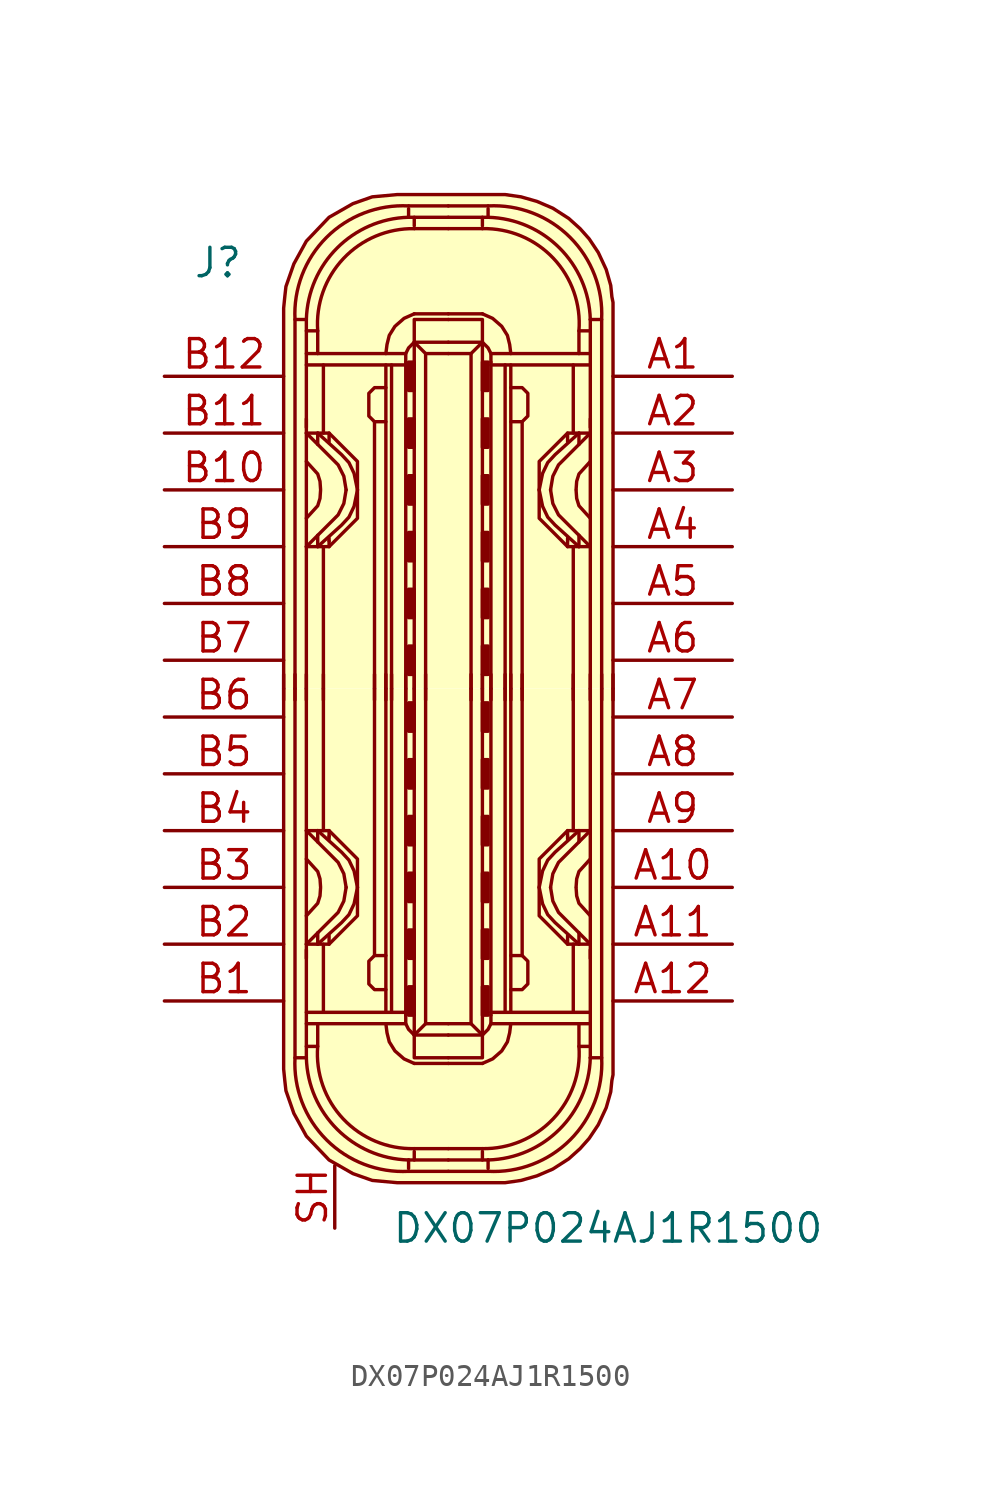
<source format=kicad_sym>
(kicad_symbol_lib
  (version 20220914)
  (generator kicad_symbol_editor)
  (symbol "DX07P024AJ1R1500"
    (pin_names
      (offset 1.016))
    (property "Reference" "J"
      (at -11.43 19.05 0)
      (effects (font (size 1.27 1.27)) (justify left)))
    (property "Value" "DX07P024AJ1R1500"
      (at -2.54 -24.13 0)
      (effects (font (size 1.27 1.27)) (justify left)))
    (symbol "DX07P024AJ1R1500_1_1"
      (arc (start -6.858 -16.51) (mid -5.4492 -20.1812) (end -1.778 -21.59) (stroke (width 0) (type solid)) (fill (type none)))
      (arc (start -6.35 -16.51) (mid -4.9749 -19.7069) (end -1.778 -21.082) (stroke (width 0) (type solid)) (fill (type none)))
      (arc (start -5.842 -16.002) (mid -4.6972 -19.2495) (end -1.524 -20.574) (stroke (width 0) (type solid)) (fill (type none)))
      (rectangle (start -1.778 -14.605) (end -1.524 -13.335) (stroke (width 0) (type solid)) (fill (type outline)))
      (rectangle (start -1.778 -12.065) (end -1.524 -10.795) (stroke (width 0) (type solid)) (fill (type outline)))
      (rectangle (start -1.778 -9.525) (end -1.524 -8.255) (stroke (width 0) (type solid)) (fill (type outline)))
      (rectangle (start -1.778 -6.985) (end -1.524 -5.715) (stroke (width 0) (type solid)) (fill (type outline)))
      (rectangle (start -1.778 -4.445) (end -1.524 -3.175) (stroke (width 0) (type solid)) (fill (type outline)))
      (rectangle (start -1.778 -1.905) (end -1.524 -0.635) (stroke (width 0) (type solid)) (fill (type outline)))
      (rectangle (start -1.778 1.905) (end -1.524 0.635) (stroke (width 0) (type solid)) (fill (type outline)))
      (rectangle (start -1.778 4.445) (end -1.524 3.175) (stroke (width 0) (type solid)) (fill (type outline)))
      (rectangle (start -1.778 6.985) (end -1.524 5.715) (stroke (width 0) (type solid)) (fill (type outline)))
      (rectangle (start -1.778 9.525) (end -1.524 8.255) (stroke (width 0) (type solid)) (fill (type outline)))
      (rectangle (start -1.778 12.065) (end -1.524 10.795) (stroke (width 0) (type solid)) (fill (type outline)))
      (rectangle (start -1.778 14.605) (end -1.524 13.335) (stroke (width 0) (type solid)) (fill (type outline)))
      (arc (start -1.778 21.082) (mid -4.9749 19.7069) (end -6.35 16.51) (stroke (width 0) (type solid)) (fill (type none)))
      (arc (start -1.778 21.59) (mid -5.4492 20.1812) (end -6.858 16.51) (stroke (width 0) (type solid)) (fill (type none)))
      (arc (start -1.524 20.574) (mid -4.6883 19.2412) (end -5.842 16.002) (stroke (width 0) (type solid)) (fill (type none)))
      (polyline (pts (xy -7.366 -0.508) (xy -7.366 0.635)) (stroke (width 0) (type solid)) (fill (type none)))
      (polyline (pts (xy -6.858 -0.508) (xy -6.858 0.635)) (stroke (width 0) (type solid)) (fill (type none)))
      (polyline (pts (xy -6.35 -14.986) (xy -1.905 -14.986)) (stroke (width 0) (type solid)) (fill (type none)))
      (polyline (pts (xy -6.35 -12.065) (xy -6.35 0)) (stroke (width 0) (type solid)) (fill (type none)))
      (polyline (pts (xy -6.35 -0.508) (xy -6.35 0.635)) (stroke (width 0) (type solid)) (fill (type none)))
      (polyline (pts (xy -6.35 12.065) (xy -6.35 0)) (stroke (width 0) (type solid)) (fill (type none)))
      (polyline (pts (xy -6.35 14.986) (xy -1.905 14.986)) (stroke (width 0) (type solid)) (fill (type none)))
      (polyline (pts (xy -5.842 -11.43) (xy -5.842 -10.922)) (stroke (width 0) (type solid)) (fill (type none)))
      (polyline (pts (xy -5.842 -6.35) (xy -5.842 -6.858)) (stroke (width 0) (type solid)) (fill (type none)))
      (polyline (pts (xy -5.842 6.35) (xy -5.842 6.858)) (stroke (width 0) (type solid)) (fill (type none)))
      (polyline (pts (xy -5.842 11.43) (xy -5.842 10.922)) (stroke (width 0) (type solid)) (fill (type none)))
      (polyline (pts (xy -5.588 -14.478) (xy -5.588 -11.43)) (stroke (width 0) (type solid)) (fill (type none)))
      (polyline (pts (xy -5.588 -6.35) (xy -5.588 0)) (stroke (width 0) (type solid)) (fill (type none)))
      (polyline (pts (xy -5.588 -0.508) (xy -5.588 0.635)) (stroke (width 0) (type solid)) (fill (type none)))
      (polyline (pts (xy -5.588 6.35) (xy -5.588 0)) (stroke (width 0) (type solid)) (fill (type none)))
      (polyline (pts (xy -5.588 14.478) (xy -5.588 11.43)) (stroke (width 0) (type solid)) (fill (type none)))
      (polyline (pts (xy -5.334 -11.43) (xy -5.334 -11.049)) (stroke (width 0) (type solid)) (fill (type none)))
      (polyline (pts (xy -5.334 -6.604) (xy -5.334 -6.731)) (stroke (width 0) (type solid)) (fill (type none)))
      (polyline (pts (xy -5.334 -6.35) (xy -5.334 -6.604)) (stroke (width 0) (type solid)) (fill (type none)))
      (polyline (pts (xy -5.334 6.35) (xy -5.334 6.604)) (stroke (width 0) (type solid)) (fill (type none)))
      (polyline (pts (xy -5.334 6.604) (xy -5.334 6.731)) (stroke (width 0) (type solid)) (fill (type none)))
      (polyline (pts (xy -5.334 11.43) (xy -5.334 11.049)) (stroke (width 0) (type solid)) (fill (type none)))
      (polyline (pts (xy -3.302 -0.508) (xy -3.302 0.635)) (stroke (width 0) (type solid)) (fill (type none)))
      (polyline (pts (xy -3.302 0) (xy -3.302 -11.938)) (stroke (width 0) (type solid)) (fill (type none)))
      (polyline (pts (xy -3.302 0) (xy -3.302 11.938)) (stroke (width 0) (type solid)) (fill (type none)))
      (polyline (pts (xy -2.794 -0.508) (xy -2.794 0.635)) (stroke (width 0) (type solid)) (fill (type none)))
      (polyline (pts (xy -2.794 0) (xy -2.794 -14.478)) (stroke (width 0) (type solid)) (fill (type none)))
      (polyline (pts (xy -2.794 0) (xy -2.794 14.478)) (stroke (width 0) (type solid)) (fill (type none)))
      (polyline (pts (xy -2.54 -14.478) (xy -2.54 0)) (stroke (width 0) (type solid)) (fill (type none)))
      (polyline (pts (xy -2.54 -0.508) (xy -2.54 0.635)) (stroke (width 0) (type solid)) (fill (type none)))
      (polyline (pts (xy -2.54 14.478) (xy -2.54 0)) (stroke (width 0) (type solid)) (fill (type none)))
      (polyline (pts (xy -1.905 -14.478) (xy -6.35 -14.478)) (stroke (width 0) (type solid)) (fill (type none)))
      (polyline (pts (xy -1.905 -0.508) (xy -1.905 0.635)) (stroke (width 0) (type solid)) (fill (type none)))
      (polyline (pts (xy -1.905 0) (xy -1.905 -14.605)) (stroke (width 0) (type solid)) (fill (type none)))
      (polyline (pts (xy -1.905 0) (xy -1.905 14.605)) (stroke (width 0) (type solid)) (fill (type none)))
      (polyline (pts (xy -1.905 14.478) (xy -6.35 14.478)) (stroke (width 0) (type solid)) (fill (type none)))
      (polyline (pts (xy -1.778 -21.59) (xy 0 -21.59)) (stroke (width 0) (type solid)) (fill (type background)))
      (polyline (pts (xy -1.778 -21.082) (xy -1.778 -21.463)) (stroke (width 0) (type solid)) (fill (type none)))
      (polyline (pts (xy -1.778 -21.082) (xy 0 -21.082)) (stroke (width 0) (type solid)) (fill (type none)))
      (polyline (pts (xy -1.778 21.082) (xy -1.778 21.463)) (stroke (width 0) (type solid)) (fill (type none)))
      (polyline (pts (xy -1.778 21.082) (xy 0 21.082)) (stroke (width 0) (type solid)) (fill (type none)))
      (polyline (pts (xy -1.778 21.59) (xy 0 21.59)) (stroke (width 0) (type solid)) (fill (type background)))
      (polyline (pts (xy -1.524 -20.701) (xy -1.524 -21.082)) (stroke (width 0) (type solid)) (fill (type none)))
      (polyline (pts (xy -1.524 -20.574) (xy 0 -20.574)) (stroke (width 0) (type solid)) (fill (type none)))
      (polyline (pts (xy -1.524 -0.508) (xy -1.524 0.635)) (stroke (width 0) (type solid)) (fill (type none)))
      (polyline (pts (xy -1.524 20.574) (xy 0 20.574)) (stroke (width 0) (type solid)) (fill (type none)))
      (polyline (pts (xy -1.524 20.701) (xy -1.524 21.082)) (stroke (width 0) (type solid)) (fill (type none)))
      (polyline (pts (xy -1.016 -14.986) (xy -1.524 -15.494)) (stroke (width 0) (type solid)) (fill (type none)))
      (polyline (pts (xy -1.016 -0.508) (xy -1.016 0.635)) (stroke (width 0) (type solid)) (fill (type none)))
      (polyline (pts (xy -1.016 14.986) (xy -1.524 15.494)) (stroke (width 0) (type solid)) (fill (type none)))
      (polyline (pts (xy 0 -16.764) (xy -1.524 -16.764)) (stroke (width 0) (type solid)) (fill (type none)))
      (polyline (pts (xy 0 -16.764) (xy 1.524 -16.764)) (stroke (width 0) (type solid)) (fill (type none)))
      (polyline (pts (xy 0 16.764) (xy -1.524 16.764)) (stroke (width 0) (type solid)) (fill (type none)))
      (polyline (pts (xy 0 16.764) (xy 1.524 16.764)) (stroke (width 0) (type solid)) (fill (type none)))
      (polyline (pts (xy 1.016 -14.986) (xy 1.524 -15.494)) (stroke (width 0) (type solid)) (fill (type none)))
      (polyline (pts (xy 1.016 -0.508) (xy 1.016 0.635)) (stroke (width 0) (type solid)) (fill (type none)))
      (polyline (pts (xy 1.016 14.986) (xy 1.524 15.494)) (stroke (width 0) (type solid)) (fill (type none)))
      (polyline (pts (xy 1.524 -20.701) (xy 1.524 -21.082)) (stroke (width 0) (type solid)) (fill (type none)))
      (polyline (pts (xy 1.524 -20.574) (xy 0 -20.574)) (stroke (width 0) (type solid)) (fill (type none)))
      (polyline (pts (xy 1.524 -0.508) (xy 1.524 0.635)) (stroke (width 0) (type solid)) (fill (type none)))
      (polyline (pts (xy 1.524 20.574) (xy 0 20.574)) (stroke (width 0) (type solid)) (fill (type none)))
      (polyline (pts (xy 1.524 20.701) (xy 1.524 21.082)) (stroke (width 0) (type solid)) (fill (type none)))
      (polyline (pts (xy 1.778 -21.59) (xy 0 -21.59)) (stroke (width 0) (type solid)) (fill (type background)))
      (polyline (pts (xy 1.778 -21.082) (xy 0 -21.082)) (stroke (width 0) (type solid)) (fill (type none)))
      (polyline (pts (xy 1.778 -21.082) (xy 1.778 -21.463)) (stroke (width 0) (type solid)) (fill (type none)))
      (polyline (pts (xy 1.778 21.082) (xy 0 21.082)) (stroke (width 0) (type solid)) (fill (type none)))
      (polyline (pts (xy 1.778 21.082) (xy 1.778 21.463)) (stroke (width 0) (type solid)) (fill (type none)))
      (polyline (pts (xy 1.778 21.59) (xy 0 21.59)) (stroke (width 0) (type solid)) (fill (type background)))
      (polyline (pts (xy 1.905 -14.478) (xy 6.35 -14.478)) (stroke (width 0) (type solid)) (fill (type none)))
      (polyline (pts (xy 1.905 -0.508) (xy 1.905 0.635)) (stroke (width 0) (type solid)) (fill (type none)))
      (polyline (pts (xy 1.905 0) (xy 1.905 -14.605)) (stroke (width 0) (type solid)) (fill (type none)))
      (polyline (pts (xy 1.905 0) (xy 1.905 14.605)) (stroke (width 0) (type solid)) (fill (type none)))
      (polyline (pts (xy 1.905 14.478) (xy 6.35 14.478)) (stroke (width 0) (type solid)) (fill (type none)))
      (polyline (pts (xy 2.54 -14.478) (xy 2.54 0)) (stroke (width 0) (type solid)) (fill (type none)))
      (polyline (pts (xy 2.54 -0.508) (xy 2.54 0.635)) (stroke (width 0) (type solid)) (fill (type none)))
      (polyline (pts (xy 2.54 14.478) (xy 2.54 0)) (stroke (width 0) (type solid)) (fill (type none)))
      (polyline (pts (xy 2.794 -0.508) (xy 2.794 0.635)) (stroke (width 0) (type solid)) (fill (type none)))
      (polyline (pts (xy 2.794 0) (xy 2.794 -14.478)) (stroke (width 0) (type solid)) (fill (type none)))
      (polyline (pts (xy 2.794 0) (xy 2.794 14.478)) (stroke (width 0) (type solid)) (fill (type none)))
      (polyline (pts (xy 3.302 -0.508) (xy 3.302 0.635)) (stroke (width 0) (type solid)) (fill (type none)))
      (polyline (pts (xy 3.302 0) (xy 3.302 -11.938)) (stroke (width 0) (type solid)) (fill (type none)))
      (polyline (pts (xy 3.302 0) (xy 3.302 11.938)) (stroke (width 0) (type solid)) (fill (type none)))
      (polyline (pts (xy 5.334 -11.43) (xy 5.334 -11.049)) (stroke (width 0) (type solid)) (fill (type none)))
      (polyline (pts (xy 5.334 -6.604) (xy 5.334 -6.731)) (stroke (width 0) (type solid)) (fill (type none)))
      (polyline (pts (xy 5.334 -6.35) (xy 5.334 -6.604)) (stroke (width 0) (type solid)) (fill (type none)))
      (polyline (pts (xy 5.334 6.35) (xy 5.334 6.604)) (stroke (width 0) (type solid)) (fill (type none)))
      (polyline (pts (xy 5.334 6.604) (xy 5.334 6.731)) (stroke (width 0) (type solid)) (fill (type none)))
      (polyline (pts (xy 5.334 11.43) (xy 5.334 11.049)) (stroke (width 0) (type solid)) (fill (type none)))
      (polyline (pts (xy 5.588 -14.478) (xy 5.588 -11.43)) (stroke (width 0) (type solid)) (fill (type none)))
      (polyline (pts (xy 5.588 -6.35) (xy 5.588 0)) (stroke (width 0) (type solid)) (fill (type none)))
      (polyline (pts (xy 5.588 -0.508) (xy 5.588 0.635)) (stroke (width 0) (type solid)) (fill (type none)))
      (polyline (pts (xy 5.588 6.35) (xy 5.588 0)) (stroke (width 0) (type solid)) (fill (type none)))
      (polyline (pts (xy 5.588 14.478) (xy 5.588 11.43)) (stroke (width 0) (type solid)) (fill (type none)))
      (polyline (pts (xy 5.842 -11.43) (xy 5.842 -10.922)) (stroke (width 0) (type solid)) (fill (type none)))
      (polyline (pts (xy 5.842 -6.35) (xy 5.842 -6.858)) (stroke (width 0) (type solid)) (fill (type none)))
      (polyline (pts (xy 5.842 6.35) (xy 5.842 6.858)) (stroke (width 0) (type solid)) (fill (type none)))
      (polyline (pts (xy 5.842 11.43) (xy 5.842 10.922)) (stroke (width 0) (type solid)) (fill (type none)))
      (polyline (pts (xy 6.35 -14.986) (xy 1.905 -14.986)) (stroke (width 0) (type solid)) (fill (type none)))
      (polyline (pts (xy 6.35 -12.065) (xy 6.35 0)) (stroke (width 0) (type solid)) (fill (type none)))
      (polyline (pts (xy 6.35 -0.508) (xy 6.35 0.635)) (stroke (width 0) (type solid)) (fill (type none)))
      (polyline (pts (xy 6.35 12.065) (xy 6.35 0)) (stroke (width 0) (type solid)) (fill (type none)))
      (polyline (pts (xy 6.35 14.986) (xy 1.905 14.986)) (stroke (width 0) (type solid)) (fill (type none)))
      (polyline (pts (xy 6.858 -0.508) (xy 6.858 0.635)) (stroke (width 0) (type solid)) (fill (type none)))
      (polyline (pts (xy 7.366 -0.508) (xy 7.366 0.635)) (stroke (width 0) (type solid)) (fill (type none)))
      (polyline (pts (xy -6.35 -16.51) (xy -6.858 -16.51) (xy -6.858 0)) (stroke (width 0) (type solid)) (fill (type none)))
      (polyline (pts (xy -6.35 -11.684) (xy -6.35 -15.875) (xy -6.35 -16.51)) (stroke (width 0) (type solid)) (fill (type none)))
      (polyline (pts (xy -6.35 11.684) (xy -6.35 15.875) (xy -6.35 16.51)) (stroke (width 0) (type solid)) (fill (type none)))
      (polyline (pts (xy -6.35 16.51) (xy -6.858 16.51) (xy -6.858 0)) (stroke (width 0) (type solid)) (fill (type none)))
      (polyline (pts (xy -5.842 -14.986) (xy -5.842 -16.002) (xy -6.35 -16.002)) (stroke (width 0) (type solid)) (fill (type none)))
      (polyline (pts (xy -5.842 14.986) (xy -5.842 16.002) (xy -6.35 16.002)) (stroke (width 0) (type solid)) (fill (type none)))
      (polyline (pts (xy -1.524 0) (xy -1.524 -15.494) (xy 0 -15.494)) (stroke (width 0) (type solid)) (fill (type none)))
      (polyline (pts (xy -1.524 0) (xy -1.524 15.494) (xy 0 15.494)) (stroke (width 0) (type solid)) (fill (type none)))
      (polyline (pts (xy -1.016 0) (xy -1.016 -14.986) (xy 0 -14.986)) (stroke (width 0) (type solid)) (fill (type none)))
      (polyline (pts (xy -1.016 0) (xy -1.016 14.986) (xy 0 14.986)) (stroke (width 0) (type solid)) (fill (type none)))
      (polyline (pts (xy 1.016 0) (xy 1.016 -14.986) (xy 0 -14.986)) (stroke (width 0) (type solid)) (fill (type none)))
      (polyline (pts (xy 1.016 0) (xy 1.016 14.986) (xy 0 14.986)) (stroke (width 0) (type solid)) (fill (type none)))
      (polyline (pts (xy 1.524 0) (xy 1.524 -15.494) (xy 0 -15.494)) (stroke (width 0) (type solid)) (fill (type none)))
      (polyline (pts (xy 1.524 0) (xy 1.524 15.494) (xy 0 15.494)) (stroke (width 0) (type solid)) (fill (type none)))
      (polyline (pts (xy 5.842 -14.986) (xy 5.842 -16.002) (xy 6.35 -16.002)) (stroke (width 0) (type solid)) (fill (type none)))
      (polyline (pts (xy 5.842 14.986) (xy 5.842 16.002) (xy 6.35 16.002)) (stroke (width 0) (type solid)) (fill (type none)))
      (polyline (pts (xy 6.35 -16.51) (xy 6.858 -16.51) (xy 6.858 0)) (stroke (width 0) (type solid)) (fill (type none)))
      (polyline (pts (xy 6.35 -11.684) (xy 6.35 -15.875) (xy 6.35 -16.51)) (stroke (width 0) (type solid)) (fill (type none)))
      (polyline (pts (xy 6.35 11.684) (xy 6.35 15.875) (xy 6.35 16.51)) (stroke (width 0) (type solid)) (fill (type none)))
      (polyline (pts (xy 6.35 16.51) (xy 6.858 16.51) (xy 6.858 0)) (stroke (width 0) (type solid)) (fill (type none)))
      (polyline (pts (xy -6.35 -11.43) (xy -4.928 -10.008) (xy -4.674 -9.5) (xy -4.572 -8.89)) (stroke (width 0) (type solid)) (fill (type none)))
      (polyline (pts (xy -6.35 -10.16) (xy -5.842 -9.601) (xy -5.74 -9.271) (xy -5.715 -8.915)) (stroke (width 0) (type solid)) (fill (type none)))
      (polyline (pts (xy -6.35 -7.62) (xy -5.842 -8.179) (xy -5.74 -8.509) (xy -5.715 -8.865)) (stroke (width 0) (type solid)) (fill (type none)))
      (polyline (pts (xy -6.35 -6.35) (xy -4.928 -7.772) (xy -4.674 -8.28) (xy -4.572 -8.89)) (stroke (width 0) (type solid)) (fill (type none)))
      (polyline (pts (xy -6.35 6.35) (xy -4.928 7.772) (xy -4.674 8.28) (xy -4.572 8.89)) (stroke (width 0) (type solid)) (fill (type none)))
      (polyline (pts (xy -6.35 7.62) (xy -5.842 8.179) (xy -5.74 8.509) (xy -5.715 8.865)) (stroke (width 0) (type solid)) (fill (type none)))
      (polyline (pts (xy -6.35 10.16) (xy -5.842 9.601) (xy -5.74 9.271) (xy -5.715 8.915)) (stroke (width 0) (type solid)) (fill (type none)))
      (polyline (pts (xy -6.35 11.43) (xy -4.928 10.008) (xy -4.674 9.5) (xy -4.572 8.89)) (stroke (width 0) (type solid)) (fill (type none)))
      (polyline (pts (xy -1.905 -14.605) (xy -1.905 -14.986) (xy -1.778 -15.24) (xy -1.524 -15.494)) (stroke (width 0) (type solid)) (fill (type none)))
      (polyline (pts (xy -1.905 14.605) (xy -1.905 14.986) (xy -1.778 15.24) (xy -1.524 15.494)) (stroke (width 0) (type solid)) (fill (type none)))
      (polyline (pts (xy 0 -16.51) (xy -1.397 -16.51) (xy -1.524 -16.51) (xy -1.524 -15.494)) (stroke (width 0) (type solid)) (fill (type none)))
      (polyline (pts (xy 0 -16.51) (xy 1.397 -16.51) (xy 1.524 -16.51) (xy 1.524 -15.494)) (stroke (width 0) (type solid)) (fill (type none)))
      (polyline (pts (xy 0 16.51) (xy -1.397 16.51) (xy -1.524 16.51) (xy -1.524 15.494)) (stroke (width 0) (type solid)) (fill (type none)))
      (polyline (pts (xy 0 16.51) (xy 1.397 16.51) (xy 1.524 16.51) (xy 1.524 15.494)) (stroke (width 0) (type solid)) (fill (type none)))
      (polyline (pts (xy 1.905 -14.605) (xy 1.905 -14.986) (xy 1.778 -15.24) (xy 1.524 -15.494)) (stroke (width 0) (type solid)) (fill (type none)))
      (polyline (pts (xy 1.905 14.605) (xy 1.905 14.986) (xy 1.778 15.24) (xy 1.524 15.494)) (stroke (width 0) (type solid)) (fill (type none)))
      (polyline (pts (xy 6.35 -11.43) (xy 4.928 -10.008) (xy 4.674 -9.5) (xy 4.572 -8.89)) (stroke (width 0) (type solid)) (fill (type none)))
      (polyline (pts (xy 6.35 -10.16) (xy 5.842 -9.601) (xy 5.74 -9.271) (xy 5.715 -8.915)) (stroke (width 0) (type solid)) (fill (type none)))
      (polyline (pts (xy 6.35 -7.62) (xy 5.842 -8.179) (xy 5.74 -8.509) (xy 5.715 -8.865)) (stroke (width 0) (type solid)) (fill (type none)))
      (polyline (pts (xy 6.35 -6.35) (xy 4.928 -7.772) (xy 4.674 -8.28) (xy 4.572 -8.89)) (stroke (width 0) (type solid)) (fill (type none)))
      (polyline (pts (xy 6.35 6.35) (xy 4.928 7.772) (xy 4.674 8.28) (xy 4.572 8.89)) (stroke (width 0) (type solid)) (fill (type none)))
      (polyline (pts (xy 6.35 7.62) (xy 5.842 8.179) (xy 5.74 8.509) (xy 5.715 8.865)) (stroke (width 0) (type solid)) (fill (type none)))
      (polyline (pts (xy 6.35 10.16) (xy 5.842 9.601) (xy 5.74 9.271) (xy 5.715 8.915)) (stroke (width 0) (type solid)) (fill (type none)))
      (polyline (pts (xy 6.35 11.43) (xy 4.928 10.008) (xy 4.674 9.5) (xy 4.572 8.89)) (stroke (width 0) (type solid)) (fill (type none)))
      (polyline (pts (xy -5.842 -11.43) (xy -4.775 -10.465) (xy -4.445 -10.109) (xy -4.216 -9.627) (xy -4.064 -8.89)) (stroke (width 0) (type solid)) (fill (type none)))
      (polyline (pts (xy -5.842 -6.35) (xy -4.775 -7.315) (xy -4.445 -7.671) (xy -4.216 -8.153) (xy -4.064 -8.89)) (stroke (width 0) (type solid)) (fill (type none)))
      (polyline (pts (xy -5.842 6.35) (xy -4.775 7.315) (xy -4.445 7.671) (xy -4.216 8.153) (xy -4.064 8.89)) (stroke (width 0) (type solid)) (fill (type none)))
      (polyline (pts (xy -5.842 11.43) (xy -4.775 10.465) (xy -4.445 10.109) (xy -4.216 9.627) (xy -4.064 8.89)) (stroke (width 0) (type solid)) (fill (type none)))
      (polyline (pts (xy 5.842 -11.43) (xy 4.775 -10.465) (xy 4.445 -10.109) (xy 4.216 -9.627) (xy 4.064 -8.89)) (stroke (width 0) (type solid)) (fill (type none)))
      (polyline (pts (xy 5.842 -6.35) (xy 4.775 -7.315) (xy 4.445 -7.671) (xy 4.216 -8.153) (xy 4.064 -8.89)) (stroke (width 0) (type solid)) (fill (type none)))
      (polyline (pts (xy 5.842 6.35) (xy 4.775 7.315) (xy 4.445 7.671) (xy 4.216 8.153) (xy 4.064 8.89)) (stroke (width 0) (type solid)) (fill (type none)))
      (polyline (pts (xy 5.842 11.43) (xy 4.775 10.465) (xy 4.445 10.109) (xy 4.216 9.627) (xy 4.064 8.89)) (stroke (width 0) (type solid)) (fill (type none)))
      (polyline (pts (xy -6.35 -11.43) (xy -5.334 -11.43) (xy -4.064 -10.16) (xy -4.064 -7.62) (xy -5.334 -6.35) (xy -6.35 -6.35)) (stroke (width 0) (type solid)) (fill (type none)))
      (polyline (pts (xy -6.35 11.43) (xy -5.334 11.43) (xy -4.064 10.16) (xy -4.064 7.62) (xy -5.334 6.35) (xy -6.35 6.35)) (stroke (width 0) (type solid)) (fill (type none)))
      (polyline (pts (xy -2.794 -14.986) (xy -2.743 -15.392) (xy -2.642 -15.799) (xy -2.388 -16.205) (xy -1.981 -16.561) (xy -1.524 -16.764)) (stroke (width 0) (type solid)) (fill (type none)))
      (polyline (pts (xy -2.794 -13.462) (xy -3.302 -13.462) (xy -3.556 -13.208) (xy -3.556 -12.192) (xy -3.302 -11.938) (xy -2.794 -11.938)) (stroke (width 0) (type solid)) (fill (type none)))
      (polyline (pts (xy -2.794 13.462) (xy -3.302 13.462) (xy -3.556 13.208) (xy -3.556 12.192) (xy -3.302 11.938) (xy -2.794 11.938)) (stroke (width 0) (type solid)) (fill (type none)))
      (polyline (pts (xy -2.794 14.986) (xy -2.743 15.392) (xy -2.642 15.799) (xy -2.388 16.205) (xy -1.981 16.561) (xy -1.524 16.764)) (stroke (width 0) (type solid)) (fill (type none)))
      (polyline (pts (xy 2.794 -14.986) (xy 2.743 -15.392) (xy 2.642 -15.799) (xy 2.388 -16.205) (xy 1.981 -16.561) (xy 1.524 -16.764)) (stroke (width 0) (type solid)) (fill (type none)))
      (polyline (pts (xy 2.794 -13.462) (xy 3.302 -13.462) (xy 3.556 -13.208) (xy 3.556 -12.192) (xy 3.302 -11.938) (xy 2.794 -11.938)) (stroke (width 0) (type solid)) (fill (type none)))
      (polyline (pts (xy 2.794 13.462) (xy 3.302 13.462) (xy 3.556 13.208) (xy 3.556 12.192) (xy 3.302 11.938) (xy 2.794 11.938)) (stroke (width 0) (type solid)) (fill (type none)))
      (polyline (pts (xy 2.794 14.986) (xy 2.743 15.392) (xy 2.642 15.799) (xy 2.388 16.205) (xy 1.981 16.561) (xy 1.524 16.764)) (stroke (width 0) (type solid)) (fill (type none)))
      (polyline (pts (xy 6.35 -11.43) (xy 5.334 -11.43) (xy 4.064 -10.16) (xy 4.064 -7.62) (xy 5.334 -6.35) (xy 6.35 -6.35)) (stroke (width 0) (type solid)) (fill (type none)))
      (polyline (pts (xy 6.35 11.43) (xy 5.334 11.43) (xy 4.064 10.16) (xy 4.064 7.62) (xy 5.334 6.35) (xy 6.35 6.35)) (stroke (width 0) (type solid)) (fill (type none)))
      (polyline (pts (xy 7.366 0) (xy 7.366 -17.018) (xy 7.366 -17.272) (xy 7.315 -17.526) (xy 7.264 -18.034) (xy 7.061 -18.745) (xy 6.706 -19.507) (xy 6.299 -20.117) (xy 5.893 -20.574) (xy 5.385 -21.031) (xy 4.674 -21.488) (xy 3.962 -21.793) (xy 3.251 -21.996) (xy 2.54 -22.098) (xy -2.286 -22.098) (xy -3.404 -21.996) (xy -4.267 -21.692) (xy -5.334 -21.082) (xy -6.35 -20.015) (xy -6.909 -18.999) (xy -7.264 -17.983) (xy -7.315 -17.526) (xy -7.366 -17.018) (xy -7.366 0)) (stroke (width 0) (type solid)) (fill (type background)))
      (polyline (pts (xy 7.366 0) (xy 7.366 17.018) (xy 7.366 17.272) (xy 7.315 17.526) (xy 7.264 18.034) (xy 7.061 18.745) (xy 6.706 19.507) (xy 6.299 20.117) (xy 5.893 20.574) (xy 5.385 21.031) (xy 4.674 21.488) (xy 3.962 21.793) (xy 3.251 21.996) (xy 2.54 22.098) (xy -2.286 22.098) (xy -3.404 21.996) (xy -4.267 21.692) (xy -5.334 21.082) (xy -6.35 20.015) (xy -6.909 18.999) (xy -7.264 17.983) (xy -7.315 17.526) (xy -7.366 17.018) (xy -7.366 0)) (stroke (width 0) (type solid)) (fill (type background)))
      (arc (start 1.524 -20.574) (mid 4.6883 -19.2412) (end 5.842 -16.002) (stroke (width 0) (type solid)) (fill (type none)))
      (arc (start 1.778 -21.59) (mid 5.4492 -20.1812) (end 6.858 -16.51) (stroke (width 0) (type solid)) (fill (type none)))
      (arc (start 1.778 -21.082) (mid 4.9749 -19.7069) (end 6.35 -16.51) (stroke (width 0) (type solid)) (fill (type none)))
      (rectangle (start 1.778 -14.605) (end 1.524 -13.335) (stroke (width 0) (type solid)) (fill (type outline)))
      (rectangle (start 1.778 -12.065) (end 1.524 -10.795) (stroke (width 0) (type solid)) (fill (type outline)))
      (rectangle (start 1.778 -9.525) (end 1.524 -8.255) (stroke (width 0) (type solid)) (fill (type outline)))
      (rectangle (start 1.778 -6.985) (end 1.524 -5.715) (stroke (width 0) (type solid)) (fill (type outline)))
      (rectangle (start 1.778 -4.445) (end 1.524 -3.175) (stroke (width 0) (type solid)) (fill (type outline)))
      (rectangle (start 1.778 -1.905) (end 1.524 -0.635) (stroke (width 0) (type solid)) (fill (type outline)))
      (rectangle (start 1.778 1.905) (end 1.524 0.635) (stroke (width 0) (type solid)) (fill (type outline)))
      (rectangle (start 1.778 4.445) (end 1.524 3.175) (stroke (width 0) (type solid)) (fill (type outline)))
      (rectangle (start 1.778 6.985) (end 1.524 5.715) (stroke (width 0) (type solid)) (fill (type outline)))
      (rectangle (start 1.778 9.525) (end 1.524 8.255) (stroke (width 0) (type solid)) (fill (type outline)))
      (rectangle (start 1.778 12.065) (end 1.524 10.795) (stroke (width 0) (type solid)) (fill (type outline)))
      (rectangle (start 1.778 14.605) (end 1.524 13.335) (stroke (width 0) (type solid)) (fill (type outline)))
      (arc (start 5.842 16.002) (mid 4.6972 19.2495) (end 1.524 20.574) (stroke (width 0) (type solid)) (fill (type none)))
      (arc (start 6.35 16.51) (mid 4.9749 19.7069) (end 1.778 21.082) (stroke (width 0) (type solid)) (fill (type none)))
      (arc (start 6.858 16.51) (mid 5.4492 20.1812) (end 1.778 21.59) (stroke (width 0) (type solid)) (fill (type none)))
      (pin passive line (at 12.7 13.97 180) (length 5.334) (name "~" (effects (font (size 1.27 1.27)))) (number "A1" (effects (font (size 1.27 1.27)))))
      (pin passive line (at 12.7 -8.89 180) (length 5.334) (name "~" (effects (font (size 1.27 1.27)))) (number "A10" (effects (font (size 1.27 1.27)))))
      (pin passive line (at 12.7 -11.43 180) (length 5.334) (name "~" (effects (font (size 1.27 1.27)))) (number "A11" (effects (font (size 1.27 1.27)))))
      (pin passive line (at 12.7 -13.97 180) (length 5.334) (name "~" (effects (font (size 1.27 1.27)))) (number "A12" (effects (font (size 1.27 1.27)))))
      (pin passive line (at 12.7 11.43 180) (length 5.334) (name "~" (effects (font (size 1.27 1.27)))) (number "A2" (effects (font (size 1.27 1.27)))))
      (pin passive line (at 12.7 8.89 180) (length 5.334) (name "~" (effects (font (size 1.27 1.27)))) (number "A3" (effects (font (size 1.27 1.27)))))
      (pin passive line (at 12.7 6.35 180) (length 5.334) (name "~" (effects (font (size 1.27 1.27)))) (number "A4" (effects (font (size 1.27 1.27)))))
      (pin passive line (at 12.7 3.81 180) (length 5.334) (name "~" (effects (font (size 1.27 1.27)))) (number "A5" (effects (font (size 1.27 1.27)))))
      (pin passive line (at 12.7 1.27 180) (length 5.334) (name "~" (effects (font (size 1.27 1.27)))) (number "A6" (effects (font (size 1.27 1.27)))))
      (pin passive line (at 12.7 -1.27 180) (length 5.334) (name "~" (effects (font (size 1.27 1.27)))) (number "A7" (effects (font (size 1.27 1.27)))))
      (pin passive line (at 12.7 -3.81 180) (length 5.334) (name "~" (effects (font (size 1.27 1.27)))) (number "A8" (effects (font (size 1.27 1.27)))))
      (pin passive line (at 12.7 -6.35 180) (length 5.334) (name "~" (effects (font (size 1.27 1.27)))) (number "A9" (effects (font (size 1.27 1.27)))))
      (pin passive line (at -12.7 -13.97 0) (length 5.334) (name "~" (effects (font (size 1.27 1.27)))) (number "B1" (effects (font (size 1.27 1.27)))))
      (pin passive line (at -12.7 8.89 0) (length 5.334) (name "~" (effects (font (size 1.27 1.27)))) (number "B10" (effects (font (size 1.27 1.27)))))
      (pin passive line (at -12.7 11.43 0) (length 5.334) (name "~" (effects (font (size 1.27 1.27)))) (number "B11" (effects (font (size 1.27 1.27)))))
      (pin passive line (at -12.7 13.97 0) (length 5.334) (name "~" (effects (font (size 1.27 1.27)))) (number "B12" (effects (font (size 1.27 1.27)))))
      (pin passive line (at -12.7 -11.43 0) (length 5.334) (name "~" (effects (font (size 1.27 1.27)))) (number "B2" (effects (font (size 1.27 1.27)))))
      (pin passive line (at -12.7 -8.89 0) (length 5.334) (name "~" (effects (font (size 1.27 1.27)))) (number "B3" (effects (font (size 1.27 1.27)))))
      (pin passive line (at -12.7 -6.35 0) (length 5.334) (name "~" (effects (font (size 1.27 1.27)))) (number "B4" (effects (font (size 1.27 1.27)))))
      (pin passive line (at -12.7 -3.81 0) (length 5.334) (name "~" (effects (font (size 1.27 1.27)))) (number "B5" (effects (font (size 1.27 1.27)))))
      (pin passive line (at -12.7 -1.27 0) (length 5.334) (name "~" (effects (font (size 1.27 1.27)))) (number "B6" (effects (font (size 1.27 1.27)))))
      (pin passive line (at -12.7 1.27 0) (length 5.334) (name "~" (effects (font (size 1.27 1.27)))) (number "B7" (effects (font (size 1.27 1.27)))))
      (pin passive line (at -12.7 3.81 0) (length 5.334) (name "~" (effects (font (size 1.27 1.27)))) (number "B8" (effects (font (size 1.27 1.27)))))
      (pin passive line (at -12.7 6.35 0) (length 5.334) (name "~" (effects (font (size 1.27 1.27)))) (number "B9" (effects (font (size 1.27 1.27)))))
      (pin input line (at -5.08 -24.13 90) (length 2.794) (name "~" (effects (font (size 1.27 1.27)))) (number "SH" (effects (font (size 1.27 1.27))))))))
</source>
